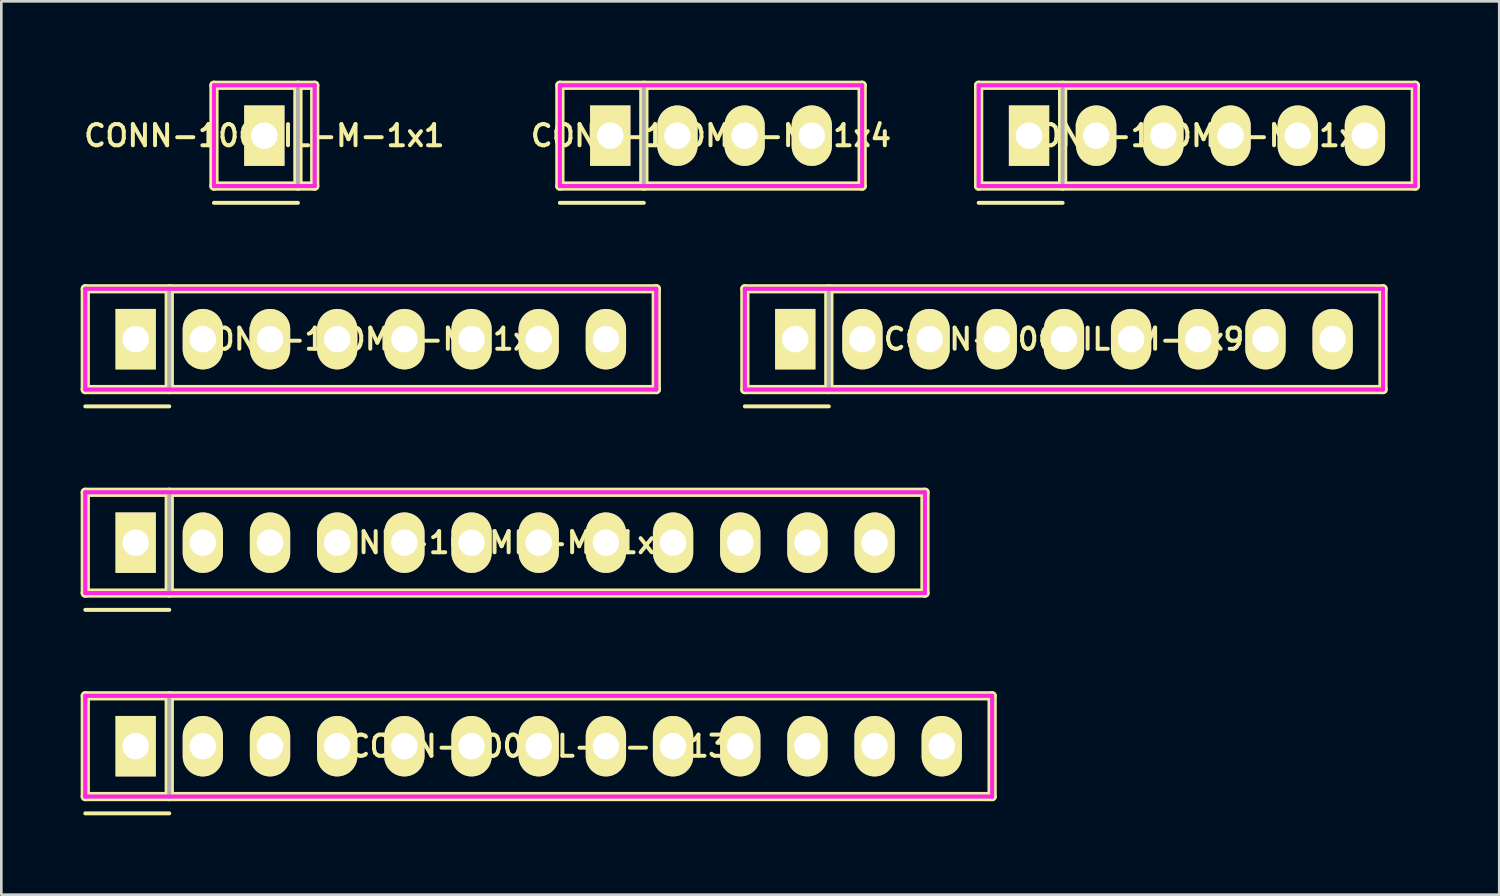
<source format=kicad_pcb>
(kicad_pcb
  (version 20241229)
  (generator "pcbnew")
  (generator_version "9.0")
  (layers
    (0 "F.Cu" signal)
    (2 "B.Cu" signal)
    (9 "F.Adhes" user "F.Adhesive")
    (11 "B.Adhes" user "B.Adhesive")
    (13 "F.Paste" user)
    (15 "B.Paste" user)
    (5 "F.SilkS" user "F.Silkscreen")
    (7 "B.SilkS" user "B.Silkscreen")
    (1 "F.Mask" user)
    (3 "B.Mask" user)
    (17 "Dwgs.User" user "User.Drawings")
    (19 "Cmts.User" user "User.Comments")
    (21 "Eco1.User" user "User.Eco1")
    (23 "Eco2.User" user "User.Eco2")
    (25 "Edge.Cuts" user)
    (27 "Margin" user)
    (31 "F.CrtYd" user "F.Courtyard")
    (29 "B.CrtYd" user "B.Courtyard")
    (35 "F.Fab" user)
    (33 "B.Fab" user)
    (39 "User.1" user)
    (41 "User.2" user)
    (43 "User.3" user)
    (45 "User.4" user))
  (footprint "CONN-100MIL-M-1x6"
    (layer "F.Cu")
    (at 42.21 2.08)
    (property "Reference" "CONN-100MIL-M-1x6" (at 0 0 0) (layer "F.SilkS") (effects (font (size 0.8 0.8) (thickness 0.15))))
    (attr through_hole)
    (fp_line (start -8.255 -1.905) (end 8.255 -1.905) (stroke (width 0.35) (type solid)) (layer "F.SilkS"))
    (fp_line (start -8.255 1.905) (end -8.255 -1.905) (stroke (width 0.35) (type solid)) (layer "F.SilkS"))
    (fp_line (start -8.255 2.54) (end -5.08 2.54) (stroke (width 0.15) (type solid)) (layer "F.SilkS"))
    (fp_line (start -5.08 -1.905) (end -5.08 1.905) (stroke (width 0.35) (type solid)) (layer "F.SilkS"))
    (fp_line (start 8.255 -1.905) (end 8.255 1.905) (stroke (width 0.35) (type solid)) (layer "F.SilkS"))
    (fp_line (start 8.255 1.905) (end -8.255 1.905) (stroke (width 0.35) (type solid)) (layer "F.SilkS"))
    (fp_line (start -8.255 -1.905) (end 8.255 -1.905) (stroke (width 0.15) (type solid)) (layer "F.CrtYd"))
    (fp_line (start -8.255 1.905) (end -8.255 -1.905) (stroke (width 0.15) (type solid)) (layer "F.CrtYd"))
    (fp_line (start 8.255 -1.905) (end 8.255 1.905) (stroke (width 0.15) (type solid)) (layer "F.CrtYd"))
    (fp_line (start 8.255 1.905) (end -8.255 1.905) (stroke (width 0.15) (type solid)) (layer "F.CrtYd"))
    (fp_line (start -8.255 -1.905) (end 8.255 -1.905) (stroke (width 0.15) (type solid)) (layer "F.Fab"))
    (fp_line (start -8.255 1.905) (end -8.255 -1.905) (stroke (width 0.15) (type solid)) (layer "F.Fab"))
    (fp_line (start -5.08 -1.905) (end -5.08 1.905) (stroke (width 0.15) (type solid)) (layer "F.Fab"))
    (fp_line (start 8.255 -1.905) (end 8.255 1.905) (stroke (width 0.15) (type solid)) (layer "F.Fab"))
    (fp_line (start 8.255 1.905) (end -8.255 1.905) (stroke (width 0.15) (type solid)) (layer "F.Fab"))
    (pad "1" thru_hole rect (at -6.35 0) (size 1.524 2.286) (drill 1) (layers "*.Cu" "*.Mask" "F.SilkS"))
    (pad "2" thru_hole oval (at -3.81 0) (size 1.524 2.286) (drill 1) (layers "*.Cu" "*.Mask" "F.SilkS"))
    (pad "3" thru_hole oval (at -1.27 0) (size 1.524 2.286) (drill 1) (layers "*.Cu" "*.Mask" "F.SilkS"))
    (pad "4" thru_hole oval (at 1.27 0) (size 1.524 2.286) (drill 1) (layers "*.Cu" "*.Mask" "F.SilkS"))
    (pad "5" thru_hole oval (at 3.81 0) (size 1.524 2.286) (drill 1) (layers "*.Cu" "*.Mask" "F.SilkS"))
    (pad "6" thru_hole oval (at 6.35 0) (size 1.524 2.286) (drill 1) (layers "*.Cu" "*.Mask" "F.SilkS")))
  (footprint "CONN-100MIL-M-1x8"
    (layer "F.Cu")
    (at 10.97 9.775)
    (property "Reference" "CONN-100MIL-M-1x8" (at 0 0 0) (layer "F.SilkS") (effects (font (size 0.8 0.8) (thickness 0.15))))
    (attr through_hole)
    (fp_line (start -10.795 -1.905) (end 10.795 -1.905) (stroke (width 0.35) (type solid)) (layer "F.SilkS"))
    (fp_line (start -10.795 1.905) (end -10.795 -1.905) (stroke (width 0.35) (type solid)) (layer "F.SilkS"))
    (fp_line (start -10.795 2.54) (end -7.62 2.54) (stroke (width 0.15) (type solid)) (layer "F.SilkS"))
    (fp_line (start -7.62 -1.905) (end -7.62 1.905) (stroke (width 0.35) (type solid)) (layer "F.SilkS"))
    (fp_line (start 10.795 -1.905) (end 10.795 1.905) (stroke (width 0.35) (type solid)) (layer "F.SilkS"))
    (fp_line (start 10.795 1.905) (end -10.795 1.905) (stroke (width 0.35) (type solid)) (layer "F.SilkS"))
    (fp_line (start -10.795 -1.905) (end 10.795 -1.905) (stroke (width 0.15) (type solid)) (layer "F.CrtYd"))
    (fp_line (start -10.795 1.905) (end -10.795 -1.905) (stroke (width 0.15) (type solid)) (layer "F.CrtYd"))
    (fp_line (start 10.795 -1.905) (end 10.795 1.905) (stroke (width 0.15) (type solid)) (layer "F.CrtYd"))
    (fp_line (start 10.795 1.905) (end -10.795 1.905) (stroke (width 0.15) (type solid)) (layer "F.CrtYd"))
    (fp_line (start -10.795 -1.905) (end 10.795 -1.905) (stroke (width 0.15) (type solid)) (layer "F.Fab"))
    (fp_line (start -10.795 1.905) (end -10.795 -1.905) (stroke (width 0.15) (type solid)) (layer "F.Fab"))
    (fp_line (start -7.62 -1.905) (end -7.62 1.905) (stroke (width 0.15) (type solid)) (layer "F.Fab"))
    (fp_line (start 10.795 -1.905) (end 10.795 1.905) (stroke (width 0.15) (type solid)) (layer "F.Fab"))
    (fp_line (start 10.795 1.905) (end -10.795 1.905) (stroke (width 0.15) (type solid)) (layer "F.Fab"))
    (pad "1" thru_hole rect (at -8.89 0) (size 1.524 2.286) (drill 1) (layers "*.Cu" "*.Mask" "F.SilkS"))
    (pad "2" thru_hole oval (at -6.35 0) (size 1.524 2.286) (drill 1) (layers "*.Cu" "*.Mask" "F.SilkS"))
    (pad "3" thru_hole oval (at -3.81 0) (size 1.524 2.286) (drill 1) (layers "*.Cu" "*.Mask" "F.SilkS"))
    (pad "4" thru_hole oval (at -1.27 0) (size 1.524 2.286) (drill 1) (layers "*.Cu" "*.Mask" "F.SilkS"))
    (pad "5" thru_hole oval (at 1.27 0) (size 1.524 2.286) (drill 1) (layers "*.Cu" "*.Mask" "F.SilkS"))
    (pad "6" thru_hole oval (at 3.81 0) (size 1.524 2.286) (drill 1) (layers "*.Cu" "*.Mask" "F.SilkS"))
    (pad "7" thru_hole oval (at 6.35 0) (size 1.524 2.286) (drill 1) (layers "*.Cu" "*.Mask" "F.SilkS"))
    (pad "8" thru_hole oval (at 8.89 0) (size 1.524 2.286) (drill 1) (layers "*.Cu" "*.Mask" "F.SilkS")))
  (footprint "CONN-100MIL-M-1x12"
    (layer "F.Cu")
    (at 16.05 17.47)
    (property "Reference" "CONN-100MIL-M-1x12" (at 0 0 0) (layer "F.SilkS") (effects (font (size 0.8 0.8) (thickness 0.15))))
    (attr through_hole)
    (fp_line (start -15.875 -1.905) (end 15.875 -1.905) (stroke (width 0.35) (type solid)) (layer "F.SilkS"))
    (fp_line (start -15.875 1.905) (end -15.875 -1.905) (stroke (width 0.35) (type solid)) (layer "F.SilkS"))
    (fp_line (start -15.875 2.54) (end -12.7 2.54) (stroke (width 0.15) (type solid)) (layer "F.SilkS"))
    (fp_line (start -12.7 -1.905) (end -12.7 1.905) (stroke (width 0.35) (type solid)) (layer "F.SilkS"))
    (fp_line (start 15.875 -1.905) (end 15.875 1.905) (stroke (width 0.35) (type solid)) (layer "F.SilkS"))
    (fp_line (start 15.875 1.905) (end -15.875 1.905) (stroke (width 0.35) (type solid)) (layer "F.SilkS"))
    (fp_line (start -15.875 -1.905) (end 15.875 -1.905) (stroke (width 0.15) (type solid)) (layer "F.CrtYd"))
    (fp_line (start -15.875 1.905) (end -15.875 -1.905) (stroke (width 0.15) (type solid)) (layer "F.CrtYd"))
    (fp_line (start 15.875 -1.905) (end 15.875 1.905) (stroke (width 0.15) (type solid)) (layer "F.CrtYd"))
    (fp_line (start 15.875 1.905) (end -15.875 1.905) (stroke (width 0.15) (type solid)) (layer "F.CrtYd"))
    (fp_line (start -15.875 -1.905) (end 15.875 -1.905) (stroke (width 0.15) (type solid)) (layer "F.Fab"))
    (fp_line (start -15.875 1.905) (end -15.875 -1.905) (stroke (width 0.15) (type solid)) (layer "F.Fab"))
    (fp_line (start -12.7 -1.905) (end -12.7 1.905) (stroke (width 0.15) (type solid)) (layer "F.Fab"))
    (fp_line (start 15.875 -1.905) (end 15.875 1.905) (stroke (width 0.15) (type solid)) (layer "F.Fab"))
    (fp_line (start 15.875 1.905) (end -15.875 1.905) (stroke (width 0.15) (type solid)) (layer "F.Fab"))
    (pad "1" thru_hole rect (at -13.97 0) (size 1.524 2.286) (drill 1) (layers "*.Cu" "*.Mask" "F.SilkS"))
    (pad "2" thru_hole oval (at -11.43 0) (size 1.524 2.286) (drill 1) (layers "*.Cu" "*.Mask" "F.SilkS"))
    (pad "3" thru_hole oval (at -8.89 0) (size 1.524 2.286) (drill 1) (layers "*.Cu" "*.Mask" "F.SilkS"))
    (pad "4" thru_hole oval (at -6.35 0) (size 1.524 2.286) (drill 1) (layers "*.Cu" "*.Mask" "F.SilkS"))
    (pad "5" thru_hole oval (at -3.81 0) (size 1.524 2.286) (drill 1) (layers "*.Cu" "*.Mask" "F.SilkS"))
    (pad "6" thru_hole oval (at -1.27 0) (size 1.524 2.286) (drill 1) (layers "*.Cu" "*.Mask" "F.SilkS"))
    (pad "7" thru_hole oval (at 1.27 0) (size 1.524 2.286) (drill 1) (layers "*.Cu" "*.Mask" "F.SilkS"))
    (pad "8" thru_hole oval (at 3.81 0) (size 1.524 2.286) (drill 1) (layers "*.Cu" "*.Mask" "F.SilkS"))
    (pad "9" thru_hole oval (at 6.35 0) (size 1.524 2.286) (drill 1) (layers "*.Cu" "*.Mask" "F.SilkS"))
    (pad "10" thru_hole oval (at 8.89 0) (size 1.524 2.286) (drill 1) (layers "*.Cu" "*.Mask" "F.SilkS"))
    (pad "11" thru_hole oval (at 11.43 0) (size 1.524 2.286) (drill 1) (layers "*.Cu" "*.Mask" "F.SilkS"))
    (pad "12" thru_hole oval (at 13.97 0) (size 1.524 2.286) (drill 1) (layers "*.Cu" "*.Mask" "F.SilkS")))
  (footprint "CONN-100MIL-M-1x9"
    (layer "F.Cu")
    (at 37.18 9.775)
    (property "Reference" "CONN-100MIL-M-1x9" (at 0 0 0) (layer "F.SilkS") (effects (font (size 0.8 0.8) (thickness 0.15))))
    (attr through_hole)
    (fp_line (start -12.065 -1.905) (end 12.065 -1.905) (stroke (width 0.35) (type solid)) (layer "F.SilkS"))
    (fp_line (start -12.065 1.905) (end -12.065 -1.905) (stroke (width 0.35) (type solid)) (layer "F.SilkS"))
    (fp_line (start -12.065 2.54) (end -8.89 2.54) (stroke (width 0.15) (type solid)) (layer "F.SilkS"))
    (fp_line (start -8.89 -1.905) (end -8.89 1.905) (stroke (width 0.35) (type solid)) (layer "F.SilkS"))
    (fp_line (start 12.065 -1.905) (end 12.065 1.905) (stroke (width 0.35) (type solid)) (layer "F.SilkS"))
    (fp_line (start 12.065 1.905) (end -12.065 1.905) (stroke (width 0.35) (type solid)) (layer "F.SilkS"))
    (fp_line (start -12.065 -1.905) (end 12.065 -1.905) (stroke (width 0.15) (type solid)) (layer "F.CrtYd"))
    (fp_line (start -12.065 1.905) (end -12.065 -1.905) (stroke (width 0.15) (type solid)) (layer "F.CrtYd"))
    (fp_line (start 12.065 -1.905) (end 12.065 1.905) (stroke (width 0.15) (type solid)) (layer "F.CrtYd"))
    (fp_line (start 12.065 1.905) (end -12.065 1.905) (stroke (width 0.15) (type solid)) (layer "F.CrtYd"))
    (fp_line (start -12.065 -1.905) (end 12.065 -1.905) (stroke (width 0.15) (type solid)) (layer "F.Fab"))
    (fp_line (start -12.065 1.905) (end -12.065 -1.905) (stroke (width 0.15) (type solid)) (layer "F.Fab"))
    (fp_line (start -8.89 -1.905) (end -8.89 1.905) (stroke (width 0.15) (type solid)) (layer "F.Fab"))
    (fp_line (start 12.065 -1.905) (end 12.065 1.905) (stroke (width 0.15) (type solid)) (layer "F.Fab"))
    (fp_line (start 12.065 1.905) (end -12.065 1.905) (stroke (width 0.15) (type solid)) (layer "F.Fab"))
    (pad "1" thru_hole rect (at -10.16 0) (size 1.524 2.286) (drill 1) (layers "*.Cu" "*.Mask" "F.SilkS"))
    (pad "2" thru_hole oval (at -7.62 0) (size 1.524 2.286) (drill 1) (layers "*.Cu" "*.Mask" "F.SilkS"))
    (pad "3" thru_hole oval (at -5.08 0) (size 1.524 2.286) (drill 1) (layers "*.Cu" "*.Mask" "F.SilkS"))
    (pad "4" thru_hole oval (at -2.54 0) (size 1.524 2.286) (drill 1) (layers "*.Cu" "*.Mask" "F.SilkS"))
    (pad "5" thru_hole oval (at 0 0) (size 1.524 2.286) (drill 1) (layers "*.Cu" "*.Mask" "F.SilkS"))
    (pad "6" thru_hole oval (at 2.54 0) (size 1.524 2.286) (drill 1) (layers "*.Cu" "*.Mask" "F.SilkS"))
    (pad "7" thru_hole oval (at 5.08 0) (size 1.524 2.286) (drill 1) (layers "*.Cu" "*.Mask" "F.SilkS"))
    (pad "8" thru_hole oval (at 7.62 0) (size 1.524 2.286) (drill 1) (layers "*.Cu" "*.Mask" "F.SilkS"))
    (pad "9" thru_hole oval (at 10.16 0) (size 1.524 2.286) (drill 1) (layers "*.Cu" "*.Mask" "F.SilkS")))
  (footprint "CONN-100MIL-M-1x4"
    (layer "F.Cu")
    (at 23.835 2.08)
    (property "Reference" "CONN-100MIL-M-1x4" (at 0 0 0) (layer "F.SilkS") (effects (font (size 0.8 0.8) (thickness 0.15))))
    (attr through_hole)
    (fp_line (start -5.715 -1.905) (end 5.715 -1.905) (stroke (width 0.35) (type solid)) (layer "F.SilkS"))
    (fp_line (start -5.715 1.905) (end -5.715 -1.905) (stroke (width 0.35) (type solid)) (layer "F.SilkS"))
    (fp_line (start -5.715 2.54) (end -2.54 2.54) (stroke (width 0.15) (type solid)) (layer "F.SilkS"))
    (fp_line (start -2.54 -1.905) (end -2.54 1.905) (stroke (width 0.35) (type solid)) (layer "F.SilkS"))
    (fp_line (start 5.715 -1.905) (end 5.715 1.905) (stroke (width 0.35) (type solid)) (layer "F.SilkS"))
    (fp_line (start 5.715 1.905) (end -5.715 1.905) (stroke (width 0.35) (type solid)) (layer "F.SilkS"))
    (fp_line (start -5.715 -1.905) (end 5.715 -1.905) (stroke (width 0.15) (type solid)) (layer "F.CrtYd"))
    (fp_line (start -5.715 1.905) (end -5.715 -1.905) (stroke (width 0.15) (type solid)) (layer "F.CrtYd"))
    (fp_line (start 5.715 -1.905) (end 5.715 1.905) (stroke (width 0.15) (type solid)) (layer "F.CrtYd"))
    (fp_line (start 5.715 1.905) (end -5.715 1.905) (stroke (width 0.15) (type solid)) (layer "F.CrtYd"))
    (fp_line (start -5.715 -1.905) (end 5.715 -1.905) (stroke (width 0.15) (type solid)) (layer "F.Fab"))
    (fp_line (start -5.715 1.905) (end -5.715 -1.905) (stroke (width 0.15) (type solid)) (layer "F.Fab"))
    (fp_line (start -2.54 -1.905) (end -2.54 1.905) (stroke (width 0.15) (type solid)) (layer "F.Fab"))
    (fp_line (start 5.715 -1.905) (end 5.715 1.905) (stroke (width 0.15) (type solid)) (layer "F.Fab"))
    (fp_line (start 5.715 1.905) (end -5.715 1.905) (stroke (width 0.15) (type solid)) (layer "F.Fab"))
    (pad "1" thru_hole rect (at -3.81 0) (size 1.524 2.286) (drill 1) (layers "*.Cu" "*.Mask" "F.SilkS"))
    (pad "2" thru_hole oval (at -1.27 0) (size 1.524 2.286) (drill 1) (layers "*.Cu" "*.Mask" "F.SilkS"))
    (pad "3" thru_hole oval (at 1.27 0) (size 1.524 2.286) (drill 1) (layers "*.Cu" "*.Mask" "F.SilkS"))
    (pad "4" thru_hole oval (at 3.81 0) (size 1.524 2.286) (drill 1) (layers "*.Cu" "*.Mask" "F.SilkS")))
  (footprint "CONN-100MIL-M-1x13"
    (layer "F.Cu")
    (at 17.32 25.165)
    (property "Reference" "CONN-100MIL-M-1x13" (at 0 0 0) (layer "F.SilkS") (effects (font (size 0.8 0.8) (thickness 0.15))))
    (attr through_hole)
    (fp_line (start -17.145 -1.905) (end 17.145 -1.905) (stroke (width 0.35) (type solid)) (layer "F.SilkS"))
    (fp_line (start -17.145 1.905) (end -17.145 -1.905) (stroke (width 0.35) (type solid)) (layer "F.SilkS"))
    (fp_line (start -17.145 2.54) (end -13.97 2.54) (stroke (width 0.15) (type solid)) (layer "F.SilkS"))
    (fp_line (start -13.97 -1.905) (end -13.97 1.905) (stroke (width 0.35) (type solid)) (layer "F.SilkS"))
    (fp_line (start 17.145 -1.905) (end 17.145 1.905) (stroke (width 0.35) (type solid)) (layer "F.SilkS"))
    (fp_line (start 17.145 1.905) (end -17.145 1.905) (stroke (width 0.35) (type solid)) (layer "F.SilkS"))
    (fp_line (start -17.145 -1.905) (end 17.145 -1.905) (stroke (width 0.15) (type solid)) (layer "F.CrtYd"))
    (fp_line (start -17.145 1.905) (end -17.145 -1.905) (stroke (width 0.15) (type solid)) (layer "F.CrtYd"))
    (fp_line (start 17.145 -1.905) (end 17.145 1.905) (stroke (width 0.15) (type solid)) (layer "F.CrtYd"))
    (fp_line (start 17.145 1.905) (end -17.145 1.905) (stroke (width 0.15) (type solid)) (layer "F.CrtYd"))
    (fp_line (start -17.145 -1.905) (end 17.145 -1.905) (stroke (width 0.15) (type solid)) (layer "F.Fab"))
    (fp_line (start -17.145 1.905) (end -17.145 -1.905) (stroke (width 0.15) (type solid)) (layer "F.Fab"))
    (fp_line (start -13.97 -1.905) (end -13.97 1.905) (stroke (width 0.15) (type solid)) (layer "F.Fab"))
    (fp_line (start 17.145 -1.905) (end 17.145 1.905) (stroke (width 0.15) (type solid)) (layer "F.Fab"))
    (fp_line (start 17.145 1.905) (end -17.145 1.905) (stroke (width 0.15) (type solid)) (layer "F.Fab"))
    (pad "1" thru_hole rect (at -15.24 0) (size 1.524 2.286) (drill 1) (layers "*.Cu" "*.Mask" "F.SilkS"))
    (pad "2" thru_hole oval (at -12.7 0) (size 1.524 2.286) (drill 1) (layers "*.Cu" "*.Mask" "F.SilkS"))
    (pad "3" thru_hole oval (at -10.16 0) (size 1.524 2.286) (drill 1) (layers "*.Cu" "*.Mask" "F.SilkS"))
    (pad "4" thru_hole oval (at -7.62 0) (size 1.524 2.286) (drill 1) (layers "*.Cu" "*.Mask" "F.SilkS"))
    (pad "5" thru_hole oval (at -5.08 0) (size 1.524 2.286) (drill 1) (layers "*.Cu" "*.Mask" "F.SilkS"))
    (pad "6" thru_hole oval (at -2.54 0) (size 1.524 2.286) (drill 1) (layers "*.Cu" "*.Mask" "F.SilkS"))
    (pad "7" thru_hole oval (at 0 0) (size 1.524 2.286) (drill 1) (layers "*.Cu" "*.Mask" "F.SilkS"))
    (pad "8" thru_hole oval (at 2.54 0) (size 1.524 2.286) (drill 1) (layers "*.Cu" "*.Mask" "F.SilkS"))
    (pad "9" thru_hole oval (at 5.08 0) (size 1.524 2.286) (drill 1) (layers "*.Cu" "*.Mask" "F.SilkS"))
    (pad "10" thru_hole oval (at 7.62 0) (size 1.524 2.286) (drill 1) (layers "*.Cu" "*.Mask" "F.SilkS"))
    (pad "11" thru_hole oval (at 10.16 0) (size 1.524 2.286) (drill 1) (layers "*.Cu" "*.Mask" "F.SilkS"))
    (pad "12" thru_hole oval (at 12.7 0) (size 1.524 2.286) (drill 1) (layers "*.Cu" "*.Mask" "F.SilkS"))
    (pad "13" thru_hole oval (at 15.24 0) (size 1.524 2.286) (drill 1) (layers "*.Cu" "*.Mask" "F.SilkS")))
  (footprint "CONN-100MIL-M-1x1"
    (layer "F.Cu")
    (at 6.945 2.08)
    (property "Reference" "CONN-100MIL-M-1x1" (at 0 0 0) (layer "F.SilkS") (effects (font (size 0.8 0.8) (thickness 0.15))))
    (attr through_hole)
    (fp_line (start -1.905 -1.905) (end 1.905 -1.905) (stroke (width 0.35) (type solid)) (layer "F.SilkS"))
    (fp_line (start -1.905 1.905) (end -1.905 -1.905) (stroke (width 0.35) (type solid)) (layer "F.SilkS"))
    (fp_line (start -1.905 2.54) (end 1.27 2.54) (stroke (width 0.15) (type solid)) (layer "F.SilkS"))
    (fp_line (start 1.27 -1.905) (end 1.27 1.905) (stroke (width 0.35) (type solid)) (layer "F.SilkS"))
    (fp_line (start 1.905 -1.905) (end 1.905 1.905) (stroke (width 0.35) (type solid)) (layer "F.SilkS"))
    (fp_line (start 1.905 1.905) (end -1.905 1.905) (stroke (width 0.35) (type solid)) (layer "F.SilkS"))
    (fp_line (start -1.905 -1.905) (end 1.905 -1.905) (stroke (width 0.15) (type solid)) (layer "F.CrtYd"))
    (fp_line (start -1.905 1.905) (end -1.905 -1.905) (stroke (width 0.15) (type solid)) (layer "F.CrtYd"))
    (fp_line (start 1.905 -1.905) (end 1.905 1.905) (stroke (width 0.15) (type solid)) (layer "F.CrtYd"))
    (fp_line (start 1.905 1.905) (end -1.905 1.905) (stroke (width 0.15) (type solid)) (layer "F.CrtYd"))
    (fp_line (start -1.905 -1.905) (end 1.905 -1.905) (stroke (width 0.15) (type solid)) (layer "F.Fab"))
    (fp_line (start -1.905 1.905) (end -1.905 -1.905) (stroke (width 0.15) (type solid)) (layer "F.Fab"))
    (fp_line (start 1.27 -1.905) (end 1.27 1.905) (stroke (width 0.15) (type solid)) (layer "F.Fab"))
    (fp_line (start 1.905 -1.905) (end 1.905 1.905) (stroke (width 0.15) (type solid)) (layer "F.Fab"))
    (fp_line (start 1.905 1.905) (end -1.905 1.905) (stroke (width 0.15) (type solid)) (layer "F.Fab"))
    (pad "1" thru_hole rect (at 0 0) (size 1.524 2.286) (drill 1) (layers "*.Cu" "*.Mask" "F.SilkS")))
  (gr_rect
    (start -3 -3)
    (end 53.64 30.78)
    (stroke (width 0.1) (type default))
    (fill no)
    (layer "Edge.Cuts")))
</source>
